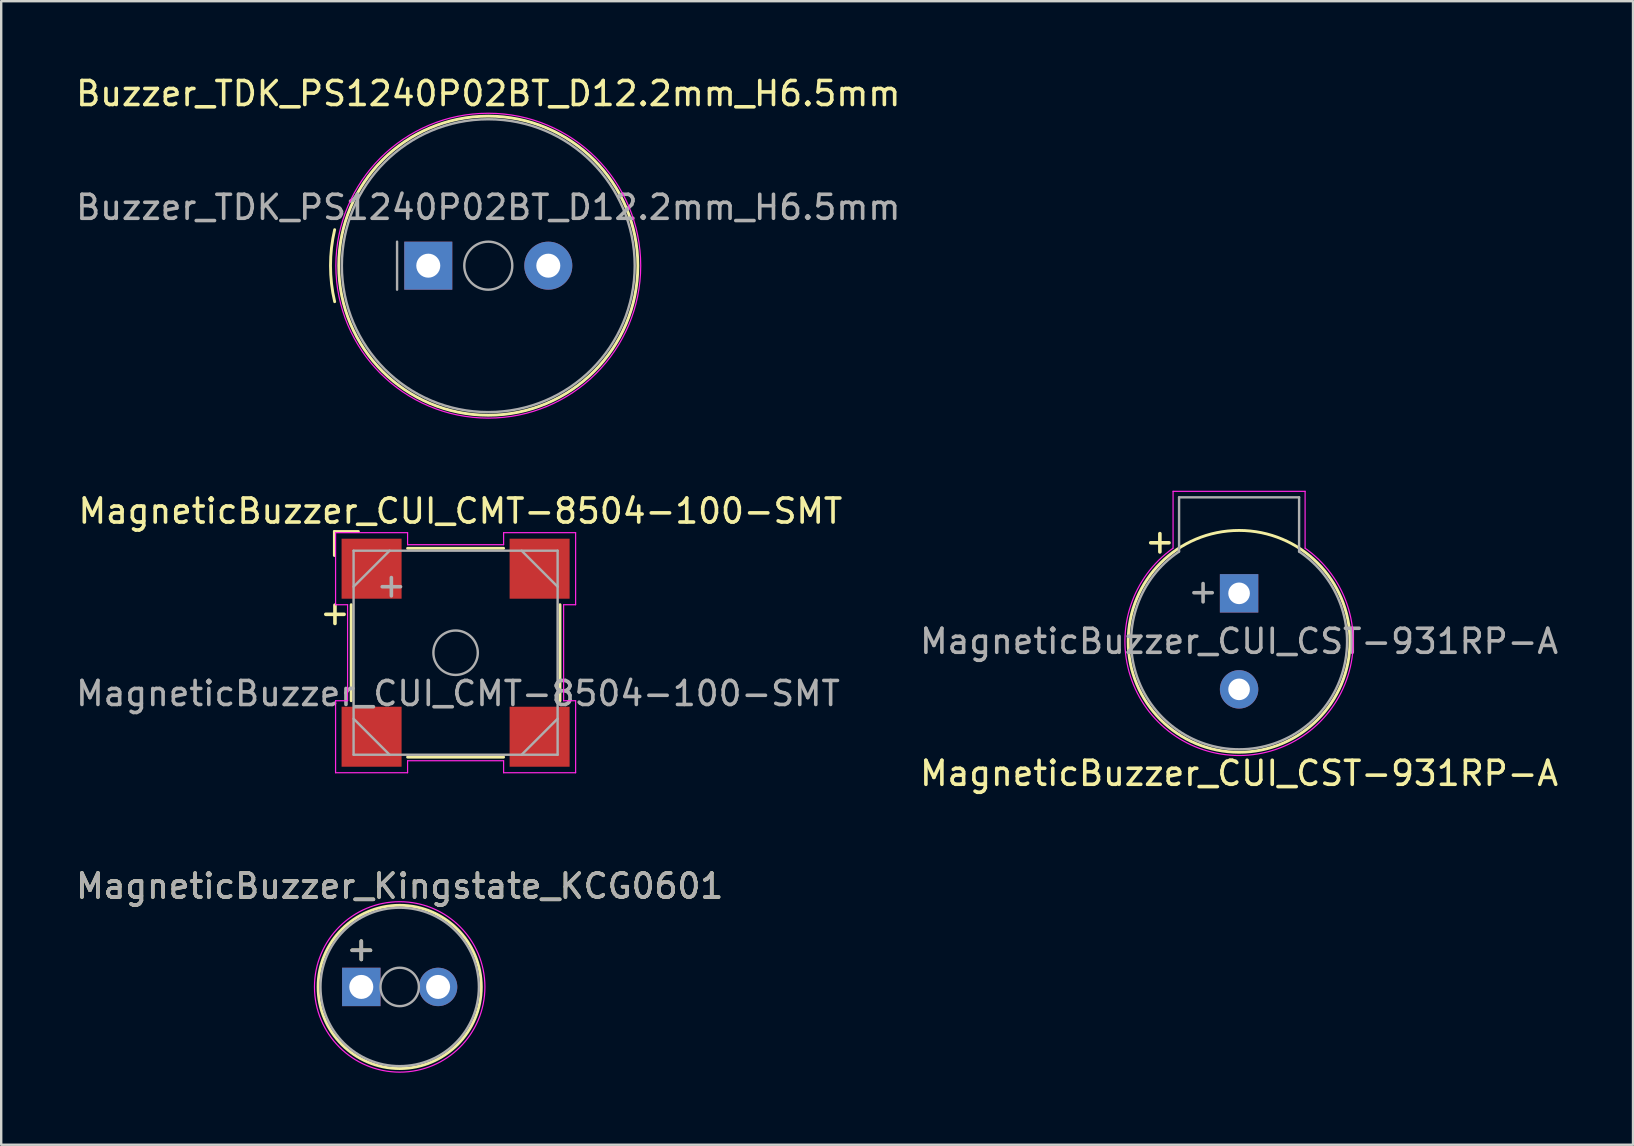
<source format=kicad_pcb>
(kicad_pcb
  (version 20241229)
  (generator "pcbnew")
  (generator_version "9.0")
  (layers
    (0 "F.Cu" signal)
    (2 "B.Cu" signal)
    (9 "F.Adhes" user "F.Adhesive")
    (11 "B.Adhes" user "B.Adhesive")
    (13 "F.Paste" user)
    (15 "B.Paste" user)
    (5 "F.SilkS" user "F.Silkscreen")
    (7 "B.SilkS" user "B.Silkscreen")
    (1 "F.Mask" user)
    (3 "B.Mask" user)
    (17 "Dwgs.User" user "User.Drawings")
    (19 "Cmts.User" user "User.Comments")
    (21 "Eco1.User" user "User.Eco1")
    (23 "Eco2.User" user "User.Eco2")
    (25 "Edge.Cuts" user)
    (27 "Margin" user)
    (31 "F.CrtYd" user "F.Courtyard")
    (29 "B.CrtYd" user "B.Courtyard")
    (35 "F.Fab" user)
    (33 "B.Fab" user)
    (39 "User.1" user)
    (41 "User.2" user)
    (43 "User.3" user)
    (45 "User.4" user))
  (footprint "MagneticBuzzer_CUI_CMT-8504-100-SMT"
    (layer "F.Cu")
    (at 15.93 24.142)
    (property "Reference" "MagneticBuzzer_CUI_CMT-8504-100-SMT" (at 0.2 -5.9 0) (layer "F.SilkS") (effects (font (size 1 1) (thickness 0.15))))
    (attr smd)
    (fp_line (start -5.05 -5.05) (end -4.05 -5.05) (stroke (width 0.12) (type solid)) (layer "F.SilkS"))
    (fp_line (start -5.05 -4.05) (end -5.05 -5.05) (stroke (width 0.12) (type solid)) (layer "F.SilkS"))
    (fp_line (start -4.35 -2) (end -4.35 2) (stroke (width 0.12) (type solid)) (layer "F.SilkS"))
    (fp_line (start -2 4.35) (end 2 4.35) (stroke (width 0.12) (type solid)) (layer "F.SilkS"))
    (fp_line (start 2 -4.35) (end -2 -4.35) (stroke (width 0.12) (type solid)) (layer "F.SilkS"))
    (fp_line (start 4.35 2) (end 4.35 -2) (stroke (width 0.12) (type solid)) (layer "F.SilkS"))
    (fp_line (start -5 -5) (end -2 -5) (stroke (width 0.05) (type solid)) (layer "F.CrtYd"))
    (fp_line (start -5 -2) (end -5 -5) (stroke (width 0.05) (type solid)) (layer "F.CrtYd"))
    (fp_line (start -5 -2) (end -4.5 -2) (stroke (width 0.05) (type solid)) (layer "F.CrtYd"))
    (fp_line (start -5 2) (end -5 5) (stroke (width 0.05) (type solid)) (layer "F.CrtYd"))
    (fp_line (start -4.5 -2) (end -4.5 2) (stroke (width 0.05) (type solid)) (layer "F.CrtYd"))
    (fp_line (start -4.5 2) (end -5 2) (stroke (width 0.05) (type solid)) (layer "F.CrtYd"))
    (fp_line (start -2 -5) (end -2 -4.5) (stroke (width 0.05) (type solid)) (layer "F.CrtYd"))
    (fp_line (start -2 -4.5) (end 2 -4.5) (stroke (width 0.05) (type solid)) (layer "F.CrtYd"))
    (fp_line (start -2 4.5) (end -2 5) (stroke (width 0.05) (type solid)) (layer "F.CrtYd"))
    (fp_line (start -2 5) (end -5 5) (stroke (width 0.05) (type solid)) (layer "F.CrtYd"))
    (fp_line (start 2 -5) (end 5 -5) (stroke (width 0.05) (type solid)) (layer "F.CrtYd"))
    (fp_line (start 2 -4.5) (end 2 -5) (stroke (width 0.05) (type solid)) (layer "F.CrtYd"))
    (fp_line (start 2 4.5) (end -2 4.5) (stroke (width 0.05) (type solid)) (layer "F.CrtYd"))
    (fp_line (start 2 5) (end 2 4.5) (stroke (width 0.05) (type solid)) (layer "F.CrtYd"))
    (fp_line (start 4.5 -2) (end 4.5 2) (stroke (width 0.05) (type solid)) (layer "F.CrtYd"))
    (fp_line (start 4.5 2) (end 5 2) (stroke (width 0.05) (type solid)) (layer "F.CrtYd"))
    (fp_line (start 5 -2) (end 4.5 -2) (stroke (width 0.05) (type solid)) (layer "F.CrtYd"))
    (fp_line (start 5 -2) (end 5 -5) (stroke (width 0.05) (type solid)) (layer "F.CrtYd"))
    (fp_line (start 5 2) (end 5 5) (stroke (width 0.05) (type solid)) (layer "F.CrtYd"))
    (fp_line (start 5 5) (end 2 5) (stroke (width 0.05) (type solid)) (layer "F.CrtYd"))
    (fp_line (start -4.25 -4.25) (end 4.25 -4.25) (stroke (width 0.1) (type solid)) (layer "F.Fab"))
    (fp_line (start -4.25 -2.75) (end -2.75 -4.25) (stroke (width 0.1) (type solid)) (layer "F.Fab"))
    (fp_line (start -4.25 4.25) (end -4.25 -4.25) (stroke (width 0.1) (type solid)) (layer "F.Fab"))
    (fp_line (start -2.75 4.25) (end -4.25 2.75) (stroke (width 0.1) (type solid)) (layer "F.Fab"))
    (fp_line (start 2.75 -4.25) (end 4.25 -2.75) (stroke (width 0.1) (type solid)) (layer "F.Fab"))
    (fp_line (start 4.25 -4.25) (end 4.25 4.25) (stroke (width 0.1) (type solid)) (layer "F.Fab"))
    (fp_line (start 4.25 2.75) (end 2.75 4.25) (stroke (width 0.1) (type solid)) (layer "F.Fab"))
    (fp_line (start 4.25 4.25) (end -4.25 4.25) (stroke (width 0.1) (type solid)) (layer "F.Fab"))
    (fp_circle (center 0 0) (end 0.925 0) (stroke (width 0.1) (type solid)) (fill no) (layer "F.Fab"))
    (fp_text user "+" (at -5.1 -1.6 270) (layer "F.SilkS") (effects (font (size 1 1) (thickness 0.15))))
    (fp_text user "+" (at -2.75 -2.75 270) (layer "F.Fab") (effects (font (size 1 1) (thickness 0.15))))
    (fp_text user "${REFERENCE}" (at 0.1 1.7 0) (layer "F.Fab") (effects (font (size 1 1) (thickness 0.15))))
    (pad "1" smd rect (at -3.5 -3.5 270) (size 2.5 2.5) (layers "F.Cu" "F.Mask" "F.Paste"))
    (pad "2" smd rect (at -3.5 3.5 270) (size 2.5 2.5) (layers "F.Cu" "F.Mask" "F.Paste"))
    (pad "3" smd rect (at 3.5 3.5 270) (size 2.5 2.5) (layers "F.Cu" "F.Mask" "F.Paste"))
    (pad "4" smd rect (at 3.5 -3.5 270) (size 2.5 2.5) (layers "F.Cu" "F.Mask" "F.Paste")))
  (footprint "Buzzer_TDK_PS1240P02BT_D12.2mm_H6.5mm"
    (layer "F.Cu")
    (at 14.792 8.018)
    (property "Reference" "Buzzer_TDK_PS1240P02BT_D12.2mm_H6.5mm" (at 2.5 -7.17 0) (layer "F.SilkS") (effects (font (size 1 1) (thickness 0.15))))
    (attr through_hole)
    (fp_arc (start -3.9 1.499999) (mid -4.073431 0) (end -3.9 -1.5) (stroke (width 0.12) (type solid)) (layer "F.SilkS"))
    (fp_circle (center 2.5 0) (end 8.73 0) (stroke (width 0.12) (type solid)) (fill no) (layer "F.SilkS"))
    (fp_circle (center 2.5 0) (end 8.85 0) (stroke (width 0.05) (type solid)) (fill no) (layer "F.CrtYd"))
    (fp_line (start -1.3 -1) (end -1.3 1) (stroke (width 0.1) (type solid)) (layer "F.Fab"))
    (fp_circle (center 2.5 0) (end 3.5 0) (stroke (width 0.1) (type solid)) (fill no) (layer "F.Fab"))
    (fp_circle (center 2.5 0) (end 8.6 0) (stroke (width 0.1) (type solid)) (fill no) (layer "F.Fab"))
    (fp_text user "${REFERENCE}" (at 2.5 -2.43 0) (layer "F.Fab") (effects (font (size 1 1) (thickness 0.15))))
    (pad "1" thru_hole rect (at 0 0) (size 2 2) (drill 1) (layers "*.Cu" "*.Mask"))
    (pad "2" thru_hole circle (at 5 0) (size 2 2) (drill 1) (layers "*.Cu" "*.Mask")))
  (footprint "MagneticBuzzer_CUI_CST-931RP-A"
    (layer "F.Cu")
    (at 48.57 21.668)
    (property "Reference" "MagneticBuzzer_CUI_CST-931RP-A" (at 0 7.5 0) (layer "F.SilkS") (effects (font (size 1 1) (thickness 0.15))))
    (attr through_hole)
    (fp_circle (center 0 2) (end 4.62 2) (stroke (width 0.12) (type solid)) (fill no) (layer "F.SilkS"))
    (fp_line (start -2.75 -4.25) (end 2.75 -4.25) (stroke (width 0.05) (type solid)) (layer "F.CrtYd"))
    (fp_line (start -2.75 -1.88) (end -2.75 -4.25) (stroke (width 0.05) (type solid)) (layer "F.CrtYd"))
    (fp_line (start 2.75 -4.25) (end 2.75 -1.88) (stroke (width 0.05) (type solid)) (layer "F.CrtYd"))
    (fp_arc (start 2.75 -1.88) (mid 0.006009 6.755719) (end -2.759797 -1.873038) (stroke (width 0.05) (type solid)) (layer "F.CrtYd"))
    (fp_line (start -2.5 -4) (end -2.5 -1.74) (stroke (width 0.1) (type solid)) (layer "F.Fab"))
    (fp_line (start -2.5 -4) (end 2.5 -4) (stroke (width 0.1) (type solid)) (layer "F.Fab"))
    (fp_line (start 2.5 -4) (end 2.5 -1.74) (stroke (width 0.1) (type solid)) (layer "F.Fab"))
    (fp_arc (start 2.5 -1.74) (mid 0.003084 6.498621) (end -2.505126 -1.736568) (stroke (width 0.1) (type solid)) (layer "F.Fab"))
    (fp_text user "+" (at -3.3 -2.18 0) (layer "F.SilkS") (effects (font (size 1 1) (thickness 0.15))))
    (fp_text user "${REFERENCE}" (at 0 2 0) (layer "F.Fab") (effects (font (size 1 1) (thickness 0.15))))
    (fp_text user "+" (at -1.5 -0.1 0) (layer "F.Fab") (effects (font (size 1 1) (thickness 0.15))))
    (pad "1" thru_hole rect (at 0 0) (size 1.6 1.6) (drill 0.9) (layers "*.Cu" "*.Mask"))
    (pad "2" thru_hole circle (at 0 4) (size 1.6 1.6) (drill 0.9) (layers "*.Cu" "*.Mask")))
  (footprint "MagneticBuzzer_Kingstate_KCG0601"
    (layer "F.Cu")
    (at 12.001 38.065)
    (property "Reference" "MagneticBuzzer_Kingstate_KCG0601" (at 1.6 -4.2 0) (layer "F.SilkS") (effects (font (size 1 1) (thickness 0.15))))
    (attr through_hole)
    (fp_circle (center 1.6 0) (end 5 0) (stroke (width 0.12) (type solid)) (fill no) (layer "F.SilkS"))
    (fp_circle (center 1.6 0) (end 5.15 0) (stroke (width 0.05) (type solid)) (fill no) (layer "F.CrtYd"))
    (fp_circle (center 1.6 0) (end 2.4 0) (stroke (width 0.1) (type solid)) (fill no) (layer "F.Fab"))
    (fp_circle (center 1.6 0) (end 4.9 0) (stroke (width 0.1) (type solid)) (fill no) (layer "F.Fab"))
    (fp_text user "+" (at 0 -1.6 0) (layer "F.SilkS") (effects (font (size 1 1) (thickness 0.15))))
    (fp_text user "${REFERENCE}" (at 1.6 -4.2 0) (layer "F.Fab") (effects (font (size 1 1) (thickness 0.15))))
    (fp_text user "+" (at 0 -1.6 0) (layer "F.Fab") (effects (font (size 1 1) (thickness 0.15))))
    (pad "1" thru_hole rect (at 0 0) (size 1.6 1.6) (drill 1) (layers "*.Cu" "*.Mask"))
    (pad "2" thru_hole circle (at 3.2 0) (size 1.6 1.6) (drill 1) (layers "*.Cu" "*.Mask")))
  (gr_rect
    (start -3 -3)
    (end 64.981 44.64)
    (stroke (width 0.1) (type default))
    (fill no)
    (layer "Edge.Cuts")))
</source>
